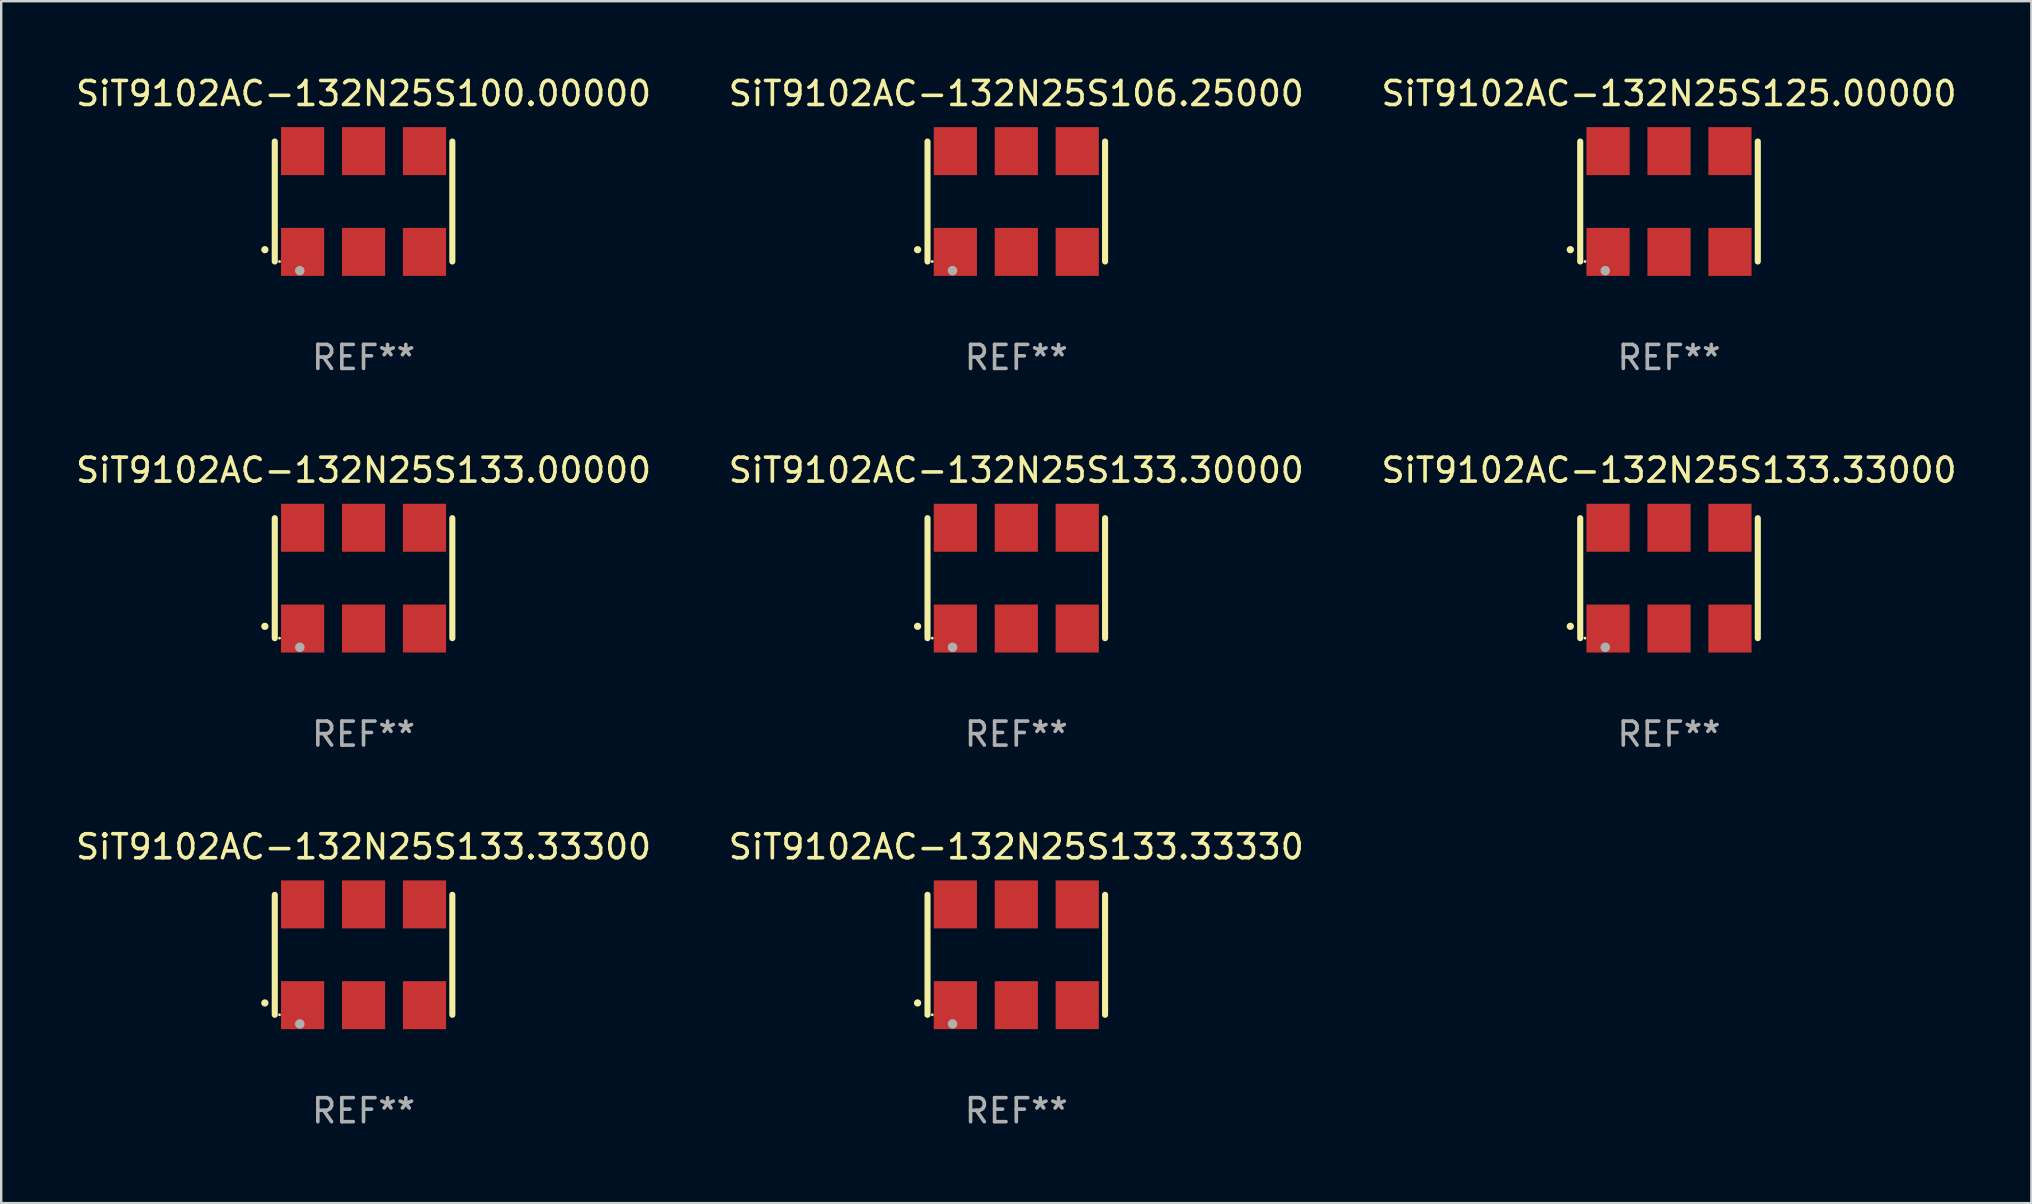
<source format=kicad_pcb>
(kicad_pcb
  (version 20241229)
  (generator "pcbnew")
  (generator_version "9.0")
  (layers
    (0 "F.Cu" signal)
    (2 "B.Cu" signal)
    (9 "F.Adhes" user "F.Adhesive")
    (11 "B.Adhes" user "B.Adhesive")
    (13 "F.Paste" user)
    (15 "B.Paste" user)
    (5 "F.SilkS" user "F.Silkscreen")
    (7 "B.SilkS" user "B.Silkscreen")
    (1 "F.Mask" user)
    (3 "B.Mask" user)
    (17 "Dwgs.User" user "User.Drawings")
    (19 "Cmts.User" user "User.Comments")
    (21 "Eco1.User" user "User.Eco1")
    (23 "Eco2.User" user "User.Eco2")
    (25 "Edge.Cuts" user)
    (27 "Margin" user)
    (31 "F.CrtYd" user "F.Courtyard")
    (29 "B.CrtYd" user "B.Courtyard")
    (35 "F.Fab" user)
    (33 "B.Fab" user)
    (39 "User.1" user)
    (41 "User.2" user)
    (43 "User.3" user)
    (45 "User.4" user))
  (footprint "SiT9102AC-132N25S100.00000"
    (layer "F.Cu")
    (at 12.101 5.348)
    (property "Reference" "SiT9102AC-132N25S100.00000" (at 0 -4.5 0) (layer "F.SilkS") (effects (font (size 1 1) (thickness 0.15))))
    (attr through_hole)
    (fp_line (start -3.7 -2.5) (end -3.7 2.5) (stroke (width 0.254) (type solid)) (layer "F.SilkS"))
    (fp_line (start 3.7 -2.5) (end 3.7 2.5) (stroke (width 0.254) (type solid)) (layer "F.SilkS"))
    (fp_arc (start -4.114415 2.006604) (mid -4.113145 2.006599) (end -4.111875 2.006604) (stroke (width 0.3) (type solid)) (layer "F.SilkS"))
    (fp_circle (center -3.502 2.5) (end -3.472 2.5) (stroke (width 0.06) (type solid)) (fill no) (layer "F.SilkS"))
    (fp_circle (center -2.657 2.882) (end -2.557 2.882) (stroke (width 0.2) (type solid)) (fill no) (layer "F.Fab"))
    (fp_text user "REF**" (at 0 6.5 0) (layer "F.Fab") (effects (font (size 1 1) (thickness 0.15))))
    (pad "1" smd rect (at -2.54 2.1) (size 1.8 2) (layers "F.Cu" "F.Mask" "F.Paste"))
    (pad "2" smd rect (at 0.000394 2.1) (size 1.8 2) (layers "F.Cu" "F.Mask" "F.Paste"))
    (pad "3" smd rect (at 2.54 2.1) (size 1.8 2) (layers "F.Cu" "F.Mask" "F.Paste"))
    (pad "4" smd rect (at 2.54 -2.1) (size 1.8 2) (layers "F.Cu" "F.Mask" "F.Paste"))
    (pad "5" smd rect (at 0.000394 -2.1) (size 1.8 2) (layers "F.Cu" "F.Mask" "F.Paste"))
    (pad "6" smd rect (at -2.54 -2.1) (size 1.8 2) (layers "F.Cu" "F.Mask" "F.Paste")))
  (footprint "SiT9102AC-132N25S106.25000"
    (layer "F.Cu")
    (at 39.304 5.348)
    (property "Reference" "SiT9102AC-132N25S106.25000" (at 0 -4.5 0) (layer "F.SilkS") (effects (font (size 1 1) (thickness 0.15))))
    (attr through_hole)
    (fp_line (start -3.7 -2.5) (end -3.7 2.5) (stroke (width 0.254) (type solid)) (layer "F.SilkS"))
    (fp_line (start 3.7 -2.5) (end 3.7 2.5) (stroke (width 0.254) (type solid)) (layer "F.SilkS"))
    (fp_arc (start -4.114415 2.006604) (mid -4.113145 2.006599) (end -4.111875 2.006604) (stroke (width 0.3) (type solid)) (layer "F.SilkS"))
    (fp_circle (center -3.502 2.5) (end -3.472 2.5) (stroke (width 0.06) (type solid)) (fill no) (layer "F.SilkS"))
    (fp_circle (center -2.657 2.882) (end -2.557 2.882) (stroke (width 0.2) (type solid)) (fill no) (layer "F.Fab"))
    (fp_text user "REF**" (at 0 6.5 0) (layer "F.Fab") (effects (font (size 1 1) (thickness 0.15))))
    (pad "1" smd rect (at -2.54 2.1) (size 1.8 2) (layers "F.Cu" "F.Mask" "F.Paste"))
    (pad "2" smd rect (at 0.000394 2.1) (size 1.8 2) (layers "F.Cu" "F.Mask" "F.Paste"))
    (pad "3" smd rect (at 2.54 2.1) (size 1.8 2) (layers "F.Cu" "F.Mask" "F.Paste"))
    (pad "4" smd rect (at 2.54 -2.1) (size 1.8 2) (layers "F.Cu" "F.Mask" "F.Paste"))
    (pad "5" smd rect (at 0.000394 -2.1) (size 1.8 2) (layers "F.Cu" "F.Mask" "F.Paste"))
    (pad "6" smd rect (at -2.54 -2.1) (size 1.8 2) (layers "F.Cu" "F.Mask" "F.Paste")))
  (footprint "SiT9102AC-132N25S133.30000"
    (layer "F.Cu")
    (at 39.304 21.045)
    (property "Reference" "SiT9102AC-132N25S133.30000" (at 0 -4.5 0) (layer "F.SilkS") (effects (font (size 1 1) (thickness 0.15))))
    (attr through_hole)
    (fp_line (start -3.7 -2.5) (end -3.7 2.5) (stroke (width 0.254) (type solid)) (layer "F.SilkS"))
    (fp_line (start 3.7 -2.5) (end 3.7 2.5) (stroke (width 0.254) (type solid)) (layer "F.SilkS"))
    (fp_arc (start -4.114415 2.006604) (mid -4.113145 2.006599) (end -4.111875 2.006604) (stroke (width 0.3) (type solid)) (layer "F.SilkS"))
    (fp_circle (center -3.502 2.5) (end -3.472 2.5) (stroke (width 0.06) (type solid)) (fill no) (layer "F.SilkS"))
    (fp_circle (center -2.657 2.882) (end -2.557 2.882) (stroke (width 0.2) (type solid)) (fill no) (layer "F.Fab"))
    (fp_text user "REF**" (at 0 6.5 0) (layer "F.Fab") (effects (font (size 1 1) (thickness 0.15))))
    (pad "1" smd rect (at -2.54 2.1) (size 1.8 2) (layers "F.Cu" "F.Mask" "F.Paste"))
    (pad "2" smd rect (at 0.000394 2.1) (size 1.8 2) (layers "F.Cu" "F.Mask" "F.Paste"))
    (pad "3" smd rect (at 2.54 2.1) (size 1.8 2) (layers "F.Cu" "F.Mask" "F.Paste"))
    (pad "4" smd rect (at 2.54 -2.1) (size 1.8 2) (layers "F.Cu" "F.Mask" "F.Paste"))
    (pad "5" smd rect (at 0.000394 -2.1) (size 1.8 2) (layers "F.Cu" "F.Mask" "F.Paste"))
    (pad "6" smd rect (at -2.54 -2.1) (size 1.8 2) (layers "F.Cu" "F.Mask" "F.Paste")))
  (footprint "SiT9102AC-132N25S133.33330"
    (layer "F.Cu")
    (at 39.304 36.741)
    (property "Reference" "SiT9102AC-132N25S133.33330" (at 0 -4.5 0) (layer "F.SilkS") (effects (font (size 1 1) (thickness 0.15))))
    (attr through_hole)
    (fp_line (start -3.7 -2.5) (end -3.7 2.5) (stroke (width 0.254) (type solid)) (layer "F.SilkS"))
    (fp_line (start 3.7 -2.5) (end 3.7 2.5) (stroke (width 0.254) (type solid)) (layer "F.SilkS"))
    (fp_arc (start -4.114415 2.006604) (mid -4.113145 2.006599) (end -4.111875 2.006604) (stroke (width 0.3) (type solid)) (layer "F.SilkS"))
    (fp_circle (center -3.502 2.5) (end -3.472 2.5) (stroke (width 0.06) (type solid)) (fill no) (layer "F.SilkS"))
    (fp_circle (center -2.657 2.882) (end -2.557 2.882) (stroke (width 0.2) (type solid)) (fill no) (layer "F.Fab"))
    (fp_text user "REF**" (at 0 6.5 0) (layer "F.Fab") (effects (font (size 1 1) (thickness 0.15))))
    (pad "1" smd rect (at -2.54 2.1) (size 1.8 2) (layers "F.Cu" "F.Mask" "F.Paste"))
    (pad "2" smd rect (at 0.000394 2.1) (size 1.8 2) (layers "F.Cu" "F.Mask" "F.Paste"))
    (pad "3" smd rect (at 2.54 2.1) (size 1.8 2) (layers "F.Cu" "F.Mask" "F.Paste"))
    (pad "4" smd rect (at 2.54 -2.1) (size 1.8 2) (layers "F.Cu" "F.Mask" "F.Paste"))
    (pad "5" smd rect (at 0.000394 -2.1) (size 1.8 2) (layers "F.Cu" "F.Mask" "F.Paste"))
    (pad "6" smd rect (at -2.54 -2.1) (size 1.8 2) (layers "F.Cu" "F.Mask" "F.Paste")))
  (footprint "SiT9102AC-132N25S133.33000"
    (layer "F.Cu")
    (at 66.506 21.045)
    (property "Reference" "SiT9102AC-132N25S133.33000" (at 0 -4.5 0) (layer "F.SilkS") (effects (font (size 1 1) (thickness 0.15))))
    (attr through_hole)
    (fp_line (start -3.7 -2.5) (end -3.7 2.5) (stroke (width 0.254) (type solid)) (layer "F.SilkS"))
    (fp_line (start 3.7 -2.5) (end 3.7 2.5) (stroke (width 0.254) (type solid)) (layer "F.SilkS"))
    (fp_arc (start -4.114415 2.006604) (mid -4.113145 2.006599) (end -4.111875 2.006604) (stroke (width 0.3) (type solid)) (layer "F.SilkS"))
    (fp_circle (center -3.502 2.5) (end -3.472 2.5) (stroke (width 0.06) (type solid)) (fill no) (layer "F.SilkS"))
    (fp_circle (center -2.657 2.882) (end -2.557 2.882) (stroke (width 0.2) (type solid)) (fill no) (layer "F.Fab"))
    (fp_text user "REF**" (at 0 6.5 0) (layer "F.Fab") (effects (font (size 1 1) (thickness 0.15))))
    (pad "1" smd rect (at -2.54 2.1) (size 1.8 2) (layers "F.Cu" "F.Mask" "F.Paste"))
    (pad "2" smd rect (at 0.000394 2.1) (size 1.8 2) (layers "F.Cu" "F.Mask" "F.Paste"))
    (pad "3" smd rect (at 2.54 2.1) (size 1.8 2) (layers "F.Cu" "F.Mask" "F.Paste"))
    (pad "4" smd rect (at 2.54 -2.1) (size 1.8 2) (layers "F.Cu" "F.Mask" "F.Paste"))
    (pad "5" smd rect (at 0.000394 -2.1) (size 1.8 2) (layers "F.Cu" "F.Mask" "F.Paste"))
    (pad "6" smd rect (at -2.54 -2.1) (size 1.8 2) (layers "F.Cu" "F.Mask" "F.Paste")))
  (footprint "SiT9102AC-132N25S133.00000"
    (layer "F.Cu")
    (at 12.101 21.045)
    (property "Reference" "SiT9102AC-132N25S133.00000" (at 0 -4.5 0) (layer "F.SilkS") (effects (font (size 1 1) (thickness 0.15))))
    (attr through_hole)
    (fp_line (start -3.7 -2.5) (end -3.7 2.5) (stroke (width 0.254) (type solid)) (layer "F.SilkS"))
    (fp_line (start 3.7 -2.5) (end 3.7 2.5) (stroke (width 0.254) (type solid)) (layer "F.SilkS"))
    (fp_arc (start -4.114415 2.006604) (mid -4.113145 2.006599) (end -4.111875 2.006604) (stroke (width 0.3) (type solid)) (layer "F.SilkS"))
    (fp_circle (center -3.502 2.5) (end -3.472 2.5) (stroke (width 0.06) (type solid)) (fill no) (layer "F.SilkS"))
    (fp_circle (center -2.657 2.882) (end -2.557 2.882) (stroke (width 0.2) (type solid)) (fill no) (layer "F.Fab"))
    (fp_text user "REF**" (at 0 6.5 0) (layer "F.Fab") (effects (font (size 1 1) (thickness 0.15))))
    (pad "1" smd rect (at -2.54 2.1) (size 1.8 2) (layers "F.Cu" "F.Mask" "F.Paste"))
    (pad "2" smd rect (at 0.000394 2.1) (size 1.8 2) (layers "F.Cu" "F.Mask" "F.Paste"))
    (pad "3" smd rect (at 2.54 2.1) (size 1.8 2) (layers "F.Cu" "F.Mask" "F.Paste"))
    (pad "4" smd rect (at 2.54 -2.1) (size 1.8 2) (layers "F.Cu" "F.Mask" "F.Paste"))
    (pad "5" smd rect (at 0.000394 -2.1) (size 1.8 2) (layers "F.Cu" "F.Mask" "F.Paste"))
    (pad "6" smd rect (at -2.54 -2.1) (size 1.8 2) (layers "F.Cu" "F.Mask" "F.Paste")))
  (footprint "SiT9102AC-132N25S133.33300"
    (layer "F.Cu")
    (at 12.101 36.741)
    (property "Reference" "SiT9102AC-132N25S133.33300" (at 0 -4.5 0) (layer "F.SilkS") (effects (font (size 1 1) (thickness 0.15))))
    (attr through_hole)
    (fp_line (start -3.7 -2.5) (end -3.7 2.5) (stroke (width 0.254) (type solid)) (layer "F.SilkS"))
    (fp_line (start 3.7 -2.5) (end 3.7 2.5) (stroke (width 0.254) (type solid)) (layer "F.SilkS"))
    (fp_arc (start -4.114415 2.006604) (mid -4.113145 2.006599) (end -4.111875 2.006604) (stroke (width 0.3) (type solid)) (layer "F.SilkS"))
    (fp_circle (center -3.502 2.5) (end -3.472 2.5) (stroke (width 0.06) (type solid)) (fill no) (layer "F.SilkS"))
    (fp_circle (center -2.657 2.882) (end -2.557 2.882) (stroke (width 0.2) (type solid)) (fill no) (layer "F.Fab"))
    (fp_text user "REF**" (at 0 6.5 0) (layer "F.Fab") (effects (font (size 1 1) (thickness 0.15))))
    (pad "1" smd rect (at -2.54 2.1) (size 1.8 2) (layers "F.Cu" "F.Mask" "F.Paste"))
    (pad "2" smd rect (at 0.000394 2.1) (size 1.8 2) (layers "F.Cu" "F.Mask" "F.Paste"))
    (pad "3" smd rect (at 2.54 2.1) (size 1.8 2) (layers "F.Cu" "F.Mask" "F.Paste"))
    (pad "4" smd rect (at 2.54 -2.1) (size 1.8 2) (layers "F.Cu" "F.Mask" "F.Paste"))
    (pad "5" smd rect (at 0.000394 -2.1) (size 1.8 2) (layers "F.Cu" "F.Mask" "F.Paste"))
    (pad "6" smd rect (at -2.54 -2.1) (size 1.8 2) (layers "F.Cu" "F.Mask" "F.Paste")))
  (footprint "SiT9102AC-132N25S125.00000"
    (layer "F.Cu")
    (at 66.506 5.348)
    (property "Reference" "SiT9102AC-132N25S125.00000" (at 0 -4.5 0) (layer "F.SilkS") (effects (font (size 1 1) (thickness 0.15))))
    (attr through_hole)
    (fp_line (start -3.7 -2.5) (end -3.7 2.5) (stroke (width 0.254) (type solid)) (layer "F.SilkS"))
    (fp_line (start 3.7 -2.5) (end 3.7 2.5) (stroke (width 0.254) (type solid)) (layer "F.SilkS"))
    (fp_arc (start -4.114415 2.006604) (mid -4.113145 2.006599) (end -4.111875 2.006604) (stroke (width 0.3) (type solid)) (layer "F.SilkS"))
    (fp_circle (center -3.502 2.5) (end -3.472 2.5) (stroke (width 0.06) (type solid)) (fill no) (layer "F.SilkS"))
    (fp_circle (center -2.657 2.882) (end -2.557 2.882) (stroke (width 0.2) (type solid)) (fill no) (layer "F.Fab"))
    (fp_text user "REF**" (at 0 6.5 0) (layer "F.Fab") (effects (font (size 1 1) (thickness 0.15))))
    (pad "1" smd rect (at -2.54 2.1) (size 1.8 2) (layers "F.Cu" "F.Mask" "F.Paste"))
    (pad "2" smd rect (at 0.000394 2.1) (size 1.8 2) (layers "F.Cu" "F.Mask" "F.Paste"))
    (pad "3" smd rect (at 2.54 2.1) (size 1.8 2) (layers "F.Cu" "F.Mask" "F.Paste"))
    (pad "4" smd rect (at 2.54 -2.1) (size 1.8 2) (layers "F.Cu" "F.Mask" "F.Paste"))
    (pad "5" smd rect (at 0.000394 -2.1) (size 1.8 2) (layers "F.Cu" "F.Mask" "F.Paste"))
    (pad "6" smd rect (at -2.54 -2.1) (size 1.8 2) (layers "F.Cu" "F.Mask" "F.Paste")))
  (gr_rect
    (start -3 -3)
    (end 81.607 47.09)
    (stroke (width 0.1) (type default))
    (fill no)
    (layer "Edge.Cuts")))
</source>
